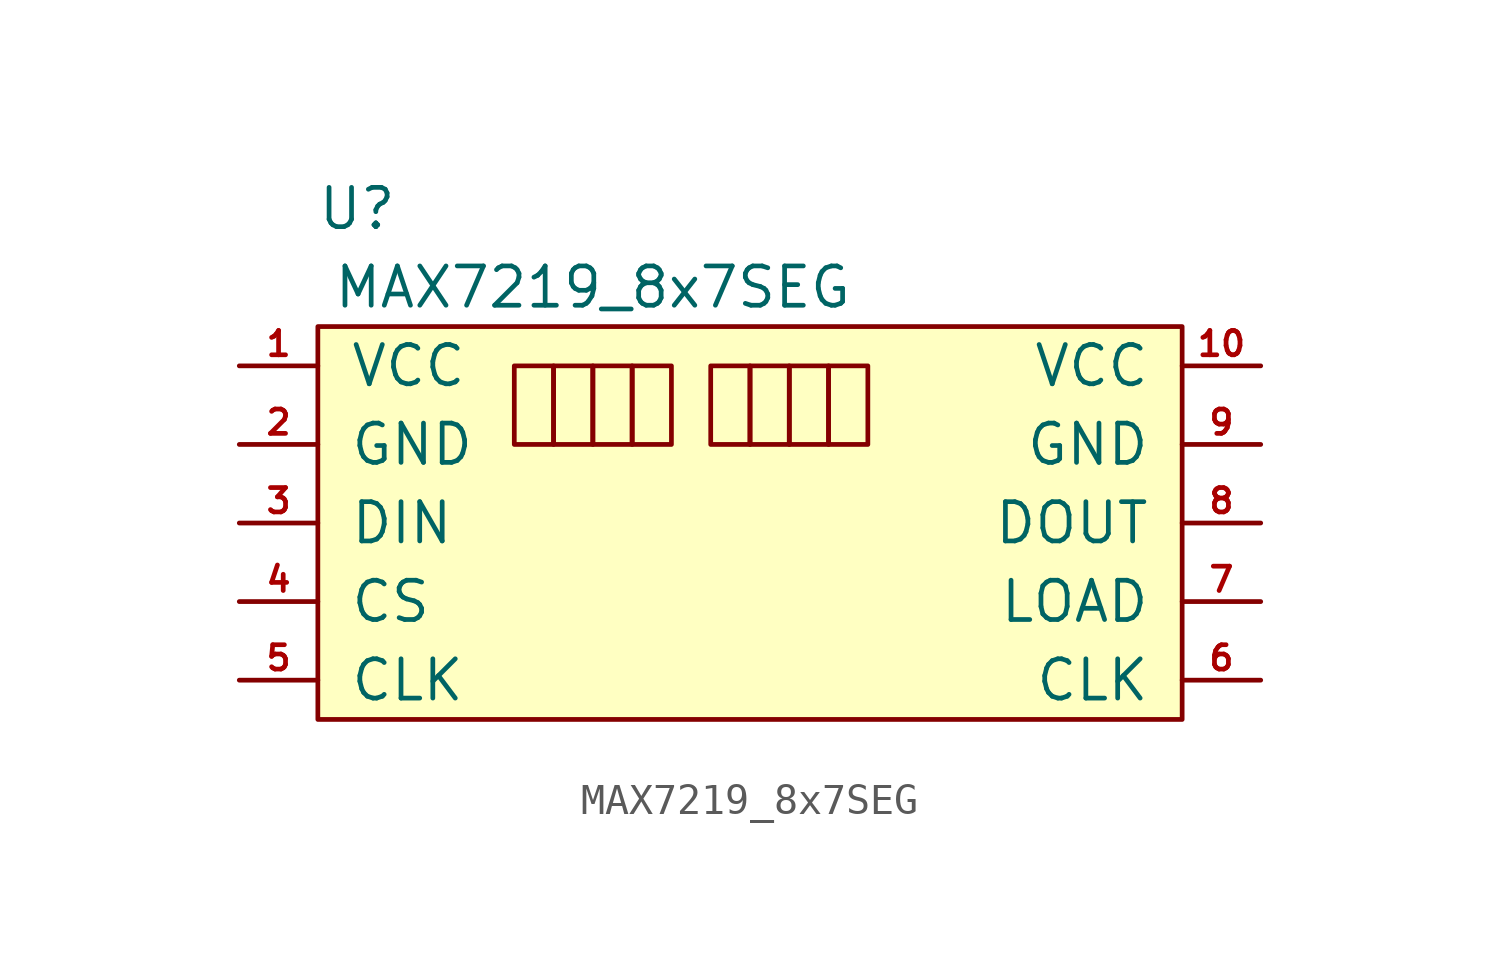
<source format=kicad_sym>
(kicad_symbol_lib
  (version 20211014)
  (generator kicad_symbol_editor)
  (symbol "MAX7219_8x7SEG"
    (pin_names
      (offset 1.016))
    (property "Reference" "U"
      (at 1.27 5.08 0)
      (effects (font (size 1.27 1.27))))
    (property "Value" "MAX7219_8x7SEG"
      (at 8.89 2.54 0)
      (effects (font (size 1.27 1.27))))
    (symbol "MAX7219_8x7SEG_0_1"
      (rectangle (start 0 1.27) (end 27.94 -11.43) (stroke (width 0) (type default) (color 0 0 0 0)) (fill (type background)))
      (rectangle (start 6.35 0) (end 7.62 -2.54) (stroke (width 0) (type default) (color 0 0 0 0)) (fill (type none)))
      (rectangle (start 8.89 -2.54) (end 10.16 0) (stroke (width 0) (type default) (color 0 0 0 0)) (fill (type none)))
      (rectangle (start 8.89 0) (end 7.62 -2.54) (stroke (width 0) (type default) (color 0 0 0 0)) (fill (type none)))
      (rectangle (start 10.16 -2.54) (end 11.43 0) (stroke (width 0) (type default) (color 0 0 0 0)) (fill (type none)))
      (rectangle (start 12.7 -2.54) (end 13.97 0) (stroke (width 0) (type default) (color 0 0 0 0)) (fill (type none)))
      (rectangle (start 15.24 0) (end 13.97 -2.54) (stroke (width 0) (type default) (color 0 0 0 0)) (fill (type none)))
      (rectangle (start 16.51 0) (end 15.24 -2.54) (stroke (width 0) (type default) (color 0 0 0 0)) (fill (type none)))
      (rectangle (start 17.78 0) (end 16.51 -2.54) (stroke (width 0) (type default) (color 0 0 0 0)) (fill (type none))))
    (symbol "MAX7219_8x7SEG_1_1"
      (pin input line (at -2.54 0 0) (length 2.54) (name "VCC" (effects (font (size 1.27 1.27)))) (number "1" (effects (font (size 0.787 0.787)))))
      (pin input line (at 30.48 0 180) (length 2.54) (name "VCC" (effects (font (size 1.27 1.27)))) (number "10" (effects (font (size 0.787 0.787)))))
      (pin input line (at -2.54 -2.54 0) (length 2.54) (name "GND" (effects (font (size 1.27 1.27)))) (number "2" (effects (font (size 0.787 0.787)))))
      (pin input line (at -2.54 -5.08 0) (length 2.54) (name "DIN" (effects (font (size 1.27 1.27)))) (number "3" (effects (font (size 0.787 0.787)))))
      (pin input line (at -2.54 -7.62 0) (length 2.54) (name "CS" (effects (font (size 1.27 1.27)))) (number "4" (effects (font (size 0.787 0.787)))))
      (pin input line (at -2.54 -10.16 0) (length 2.54) (name "CLK" (effects (font (size 1.27 1.27)))) (number "5" (effects (font (size 0.787 0.787)))))
      (pin input line (at 30.48 -10.16 180) (length 2.54) (name "CLK" (effects (font (size 1.27 1.27)))) (number "6" (effects (font (size 0.787 0.787)))))
      (pin input line (at 30.48 -7.62 180) (length 2.54) (name "LOAD" (effects (font (size 1.27 1.27)))) (number "7" (effects (font (size 0.787 0.787)))))
      (pin input line (at 30.48 -5.08 180) (length 2.54) (name "DOUT" (effects (font (size 1.27 1.27)))) (number "8" (effects (font (size 0.787 0.787)))))
      (pin input line (at 30.48 -2.54 180) (length 2.54) (name "GND" (effects (font (size 1.27 1.27)))) (number "9" (effects (font (size 0.787 0.787))))))))
</source>
